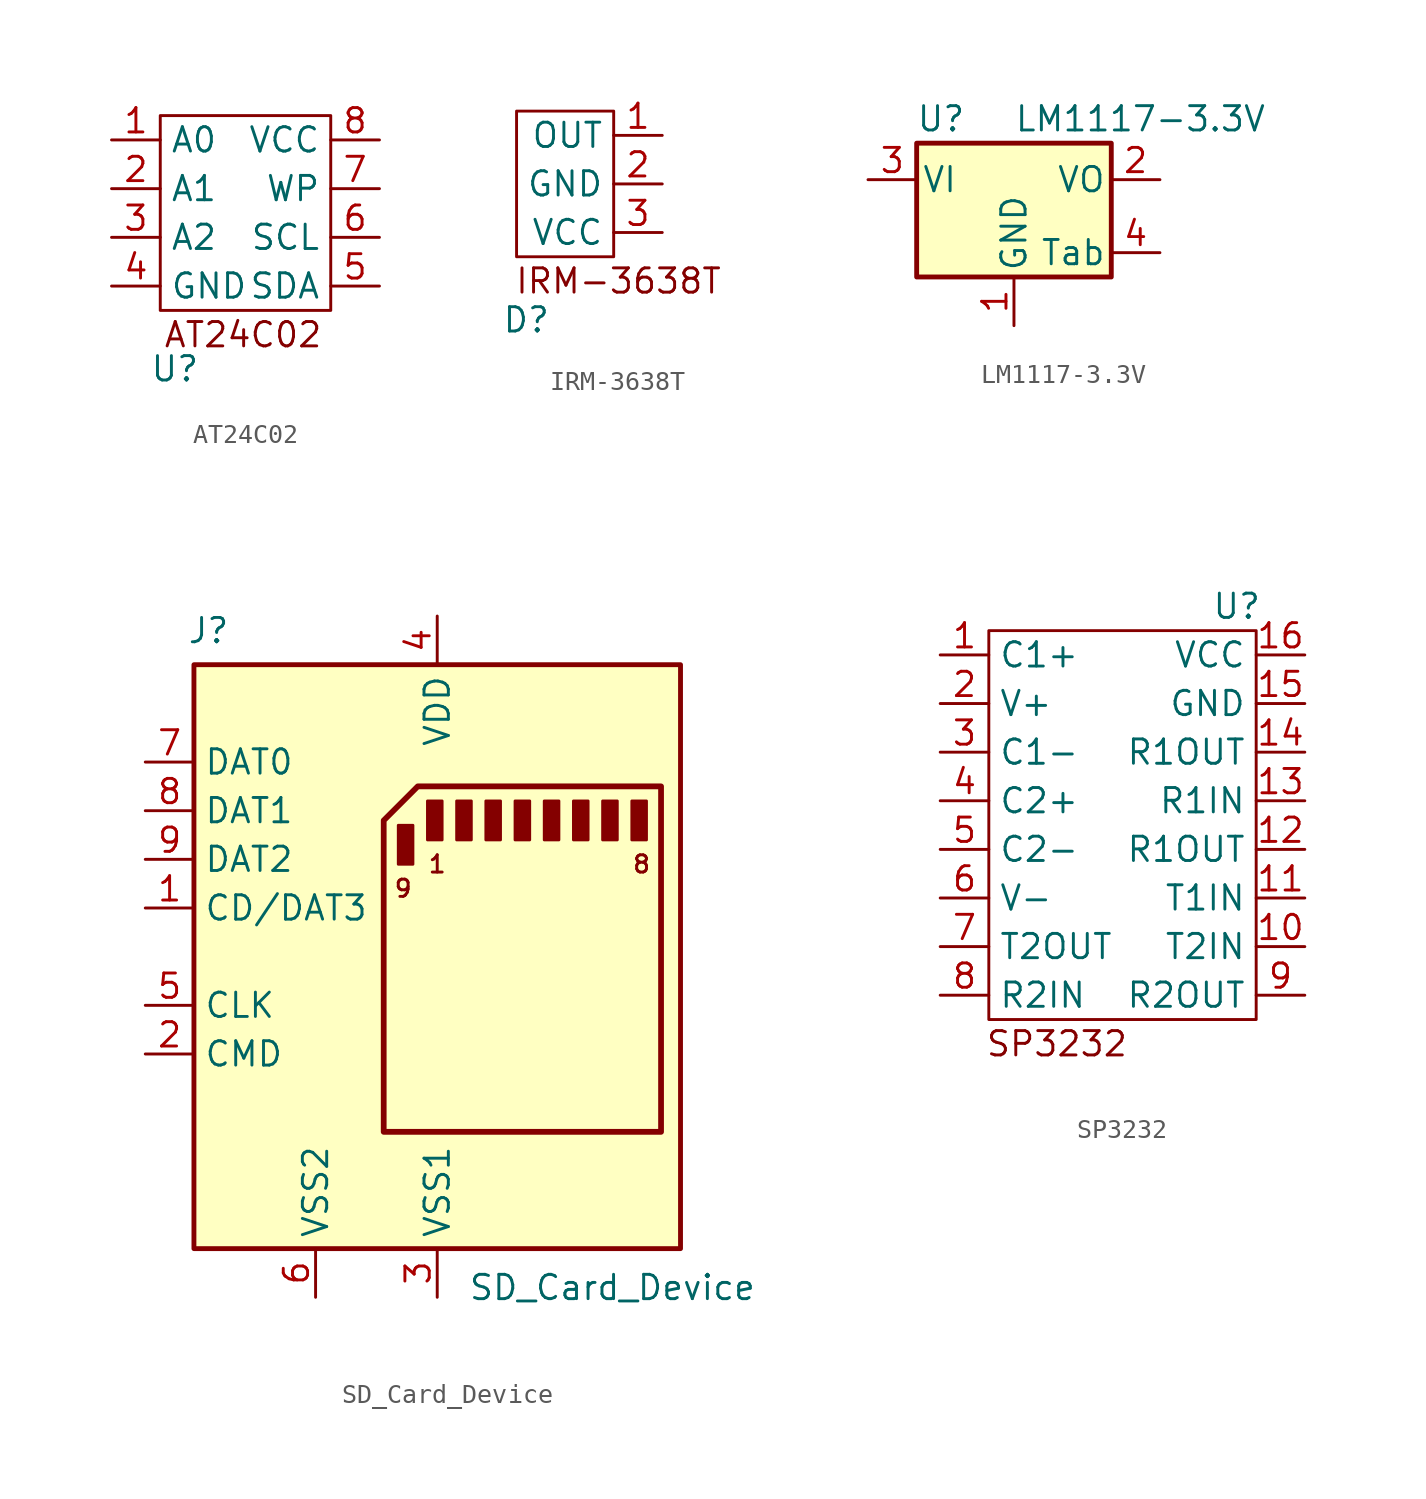
<source format=kicad_sym>
(kicad_symbol_lib
  (version 20231120)
  (generator "kicad_symbol_editor")
  (generator_version "8.0")
  (symbol "AT24C02"
    (property "Reference" "U"
      (at 0.762 -13.208 0)
      (effects (font (size 1.27 1.27))))
    (property "Value" ""
      (at 0 0 0)
      (effects (font (size 1.27 1.27))))
    (symbol "AT24C02_0_1"
      (rectangle (start 0 0) (end 8.89 -10.16) (stroke (width 0) (type default)) (fill (type none))))
    (symbol "AT24C02_1_1"
      (text "AT24C02\n" (at 4.318 -11.43 0) (effects (font (size 1.27 1.27))))
      (pin bidirectional line (at -2.54 -1.27 0) (length 2.54) (name "A0" (effects (font (size 1.27 1.27)))) (number "1" (effects (font (size 1.27 1.27)))))
      (pin bidirectional line (at -2.54 -3.81 0) (length 2.54) (name "A1" (effects (font (size 1.27 1.27)))) (number "2" (effects (font (size 1.27 1.27)))))
      (pin bidirectional line (at -2.54 -6.35 0) (length 2.54) (name "A2" (effects (font (size 1.27 1.27)))) (number "3" (effects (font (size 1.27 1.27)))))
      (pin power_in line (at -2.54 -8.89 0) (length 2.54) (name "GND" (effects (font (size 1.27 1.27)))) (number "4" (effects (font (size 1.27 1.27)))))
      (pin bidirectional line (at 11.43 -8.89 180) (length 2.54) (name "SDA" (effects (font (size 1.27 1.27)))) (number "5" (effects (font (size 1.27 1.27)))))
      (pin bidirectional line (at 11.43 -6.35 180) (length 2.54) (name "SCL" (effects (font (size 1.27 1.27)))) (number "6" (effects (font (size 1.27 1.27)))))
      (pin bidirectional line (at 11.43 -3.81 180) (length 2.54) (name "WP" (effects (font (size 1.27 1.27)))) (number "7" (effects (font (size 1.27 1.27)))))
      (pin power_in line (at 11.43 -1.27 180) (length 2.54) (name "VCC" (effects (font (size 1.27 1.27)))) (number "8" (effects (font (size 1.27 1.27)))))))
  (symbol "IRM-3638T"
    (property "Reference" "D"
      (at 0.508 -10.922 0)
      (effects (font (size 1.27 1.27))))
    (property "Value" ""
      (at 0 0 0)
      (effects (font (size 1.27 1.27))))
    (symbol "IRM-3638T_0_1"
      (rectangle (start 0 0) (end 5.08 -7.62) (stroke (width 0) (type default)) (fill (type none))))
    (symbol "IRM-3638T_1_1"
      (text "IRM-3638T" (at 5.334 -8.89 0) (effects (font (size 1.27 1.27))))
      (pin bidirectional line (at 7.62 -1.27 180) (length 2.54) (name "OUT" (effects (font (size 1.27 1.27)))) (number "1" (effects (font (size 1.27 1.27)))))
      (pin power_in line (at 7.62 -3.81 180) (length 2.54) (name "GND" (effects (font (size 1.27 1.27)))) (number "2" (effects (font (size 1.27 1.27)))))
      (pin power_in line (at 7.62 -6.35 180) (length 2.54) (name "VCC" (effects (font (size 1.27 1.27)))) (number "3" (effects (font (size 1.27 1.27)))))))
  (symbol "LM1117-3.3V"
    (pin_names
      (offset 0.254))
    (property "Reference" "U"
      (at -3.81 3.175 0)
      (effects (font (size 1.27 1.27))))
    (property "Value" "LM1117-3.3V"
      (at 0 3.175 0)
      (effects (font (size 1.27 1.27)) (justify left)))
    (symbol "LM1117-3.3V_0_1"
      (rectangle (start -5.08 -5.08) (end 5.08 1.905) (stroke (width 0.254) (type default)) (fill (type background))))
    (symbol "LM1117-3.3V_1_1"
      (pin power_in line (at 0 -7.62 90) (length 2.54) (name "GND" (effects (font (size 1.27 1.27)))) (number "1" (effects (font (size 1.27 1.27)))))
      (pin power_in line (at 7.62 0 180) (length 2.54) (name "VO" (effects (font (size 1.27 1.27)))) (number "2" (effects (font (size 1.27 1.27)))))
      (pin power_in line (at -7.62 0 0) (length 2.54) (name "VI" (effects (font (size 1.27 1.27)))) (number "3" (effects (font (size 1.27 1.27)))))
      (pin power_in line (at 7.62 -3.81 180) (length 2.54) (name "Tab" (effects (font (size 1.27 1.27)))) (number "4" (effects (font (size 1.27 1.27)))))))
  (symbol "SD_Card_Device"
    (property "Reference" "J"
      (at -11.938 17.018 0)
      (effects (font (size 1.27 1.27))))
    (property "Value" "SD_Card_Device"
      (at 9.144 -17.272 0)
      (effects (font (size 1.27 1.27))))
    (symbol "SD_Card_Device_0_1"
      (rectangle (start -2.032 6.858) (end -1.27 4.826) (stroke (width 0) (type default)) (fill (type outline)))
      (rectangle (start -0.508 8.128) (end 0.254 6.096) (stroke (width 0) (type default)) (fill (type outline)))
      (rectangle (start 1.016 8.128) (end 1.778 6.096) (stroke (width 0) (type default)) (fill (type outline)))
      (rectangle (start 2.54 8.128) (end 3.302 6.096) (stroke (width 0) (type default)) (fill (type outline)))
      (rectangle (start 4.064 8.128) (end 4.826 6.096) (stroke (width 0) (type default)) (fill (type outline)))
      (rectangle (start 5.588 8.128) (end 6.35 6.096) (stroke (width 0) (type default)) (fill (type outline)))
      (rectangle (start 7.112 8.128) (end 7.874 6.096) (stroke (width 0) (type default)) (fill (type outline)))
      (rectangle (start 8.636 8.128) (end 9.398 6.096) (stroke (width 0) (type default)) (fill (type outline)))
      (rectangle (start 10.16 8.128) (end 10.922 6.096) (stroke (width 0) (type default)) (fill (type outline))))
    (symbol "SD_Card_Device_1_1"
      (rectangle (start -12.7 15.24) (end 12.7 -15.24) (stroke (width 0.254) (type default)) (fill (type background)))
      (polyline (pts (xy -1.016 8.89) (xy 11.684 8.89) (xy 11.684 -9.144) (xy -2.794 -9.144) (xy -2.794 7.112) (xy -1.016 8.89)) (stroke (width 0.3) (type default)) (fill (type none)))
      (text "1" (at 0 4.826 0) (effects (font (size 0.9 0.9))))
      (text "8" (at 10.668 4.826 0) (effects (font (size 0.9 0.9))))
      (text "9" (at -1.778 3.556 0) (effects (font (size 0.9 0.9))))
      (pin bidirectional line (at -15.24 2.54 0) (length 2.54) (name "CD/DAT3" (effects (font (size 1.27 1.27)))) (number "1" (effects (font (size 1.27 1.27)))))
      (pin bidirectional line (at -15.24 -5.08 0) (length 2.54) (name "CMD" (effects (font (size 1.27 1.27)))) (number "2" (effects (font (size 1.27 1.27)))))
      (pin power_in line (at 0 -17.78 90) (length 2.54) (name "VSS1" (effects (font (size 1.27 1.27)))) (number "3" (effects (font (size 1.27 1.27)))))
      (pin power_in line (at 0 17.78 270) (length 2.54) (name "VDD" (effects (font (size 1.27 1.27)))) (number "4" (effects (font (size 1.27 1.27)))))
      (pin input line (at -15.24 -2.54 0) (length 2.54) (name "CLK" (effects (font (size 1.27 1.27)))) (number "5" (effects (font (size 1.27 1.27)))))
      (pin power_in line (at -6.35 -17.78 90) (length 2.54) (name "VSS2" (effects (font (size 1.27 1.27)))) (number "6" (effects (font (size 1.27 1.27)))))
      (pin bidirectional line (at -15.24 10.16 0) (length 2.54) (name "DAT0" (effects (font (size 1.27 1.27)))) (number "7" (effects (font (size 1.27 1.27)))))
      (pin bidirectional line (at -15.24 7.62 0) (length 2.54) (name "DAT1" (effects (font (size 1.27 1.27)))) (number "8" (effects (font (size 1.27 1.27)))))
      (pin bidirectional line (at -15.24 5.08 0) (length 2.54) (name "DAT2" (effects (font (size 1.27 1.27)))) (number "9" (effects (font (size 1.27 1.27)))))))
  (symbol "SP3232"
    (property "Reference" "U"
      (at 12.954 1.27 0)
      (effects (font (size 1.27 1.27))))
    (property "Value" ""
      (at 0 0 0)
      (effects (font (size 1.27 1.27))))
    (symbol "SP3232_0_1"
      (rectangle (start 0 0) (end 13.97 -20.32) (stroke (width 0) (type default)) (fill (type none))))
    (symbol "SP3232_1_1"
      (text "SP3232" (at 3.556 -21.59 0) (effects (font (size 1.27 1.27))))
      (pin bidirectional line (at -2.54 -1.27 0) (length 2.54) (name "C1+" (effects (font (size 1.27 1.27)))) (number "1" (effects (font (size 1.27 1.27)))))
      (pin bidirectional line (at 16.51 -16.51 180) (length 2.54) (name "T2IN" (effects (font (size 1.27 1.27)))) (number "10" (effects (font (size 1.27 1.27)))))
      (pin bidirectional line (at 16.51 -13.97 180) (length 2.54) (name "T1IN" (effects (font (size 1.27 1.27)))) (number "11" (effects (font (size 1.27 1.27)))))
      (pin bidirectional line (at 16.51 -11.43 180) (length 2.54) (name "R1OUT" (effects (font (size 1.27 1.27)))) (number "12" (effects (font (size 1.27 1.27)))))
      (pin bidirectional line (at 16.51 -8.89 180) (length 2.54) (name "R1IN" (effects (font (size 1.27 1.27)))) (number "13" (effects (font (size 1.27 1.27)))))
      (pin bidirectional line (at 16.51 -6.35 180) (length 2.54) (name "R1OUT" (effects (font (size 1.27 1.27)))) (number "14" (effects (font (size 1.27 1.27)))))
      (pin power_in line (at 16.51 -3.81 180) (length 2.54) (name "GND" (effects (font (size 1.27 1.27)))) (number "15" (effects (font (size 1.27 1.27)))))
      (pin power_in line (at 16.51 -1.27 180) (length 2.54) (name "VCC" (effects (font (size 1.27 1.27)))) (number "16" (effects (font (size 1.27 1.27)))))
      (pin bidirectional line (at -2.54 -3.81 0) (length 2.54) (name "V+" (effects (font (size 1.27 1.27)))) (number "2" (effects (font (size 1.27 1.27)))))
      (pin bidirectional line (at -2.54 -6.35 0) (length 2.54) (name "C1-" (effects (font (size 1.27 1.27)))) (number "3" (effects (font (size 1.27 1.27)))))
      (pin bidirectional line (at -2.54 -8.89 0) (length 2.54) (name "C2+" (effects (font (size 1.27 1.27)))) (number "4" (effects (font (size 1.27 1.27)))))
      (pin bidirectional line (at -2.54 -11.43 0) (length 2.54) (name "C2-" (effects (font (size 1.27 1.27)))) (number "5" (effects (font (size 1.27 1.27)))))
      (pin bidirectional line (at -2.54 -13.97 0) (length 2.54) (name "V-" (effects (font (size 1.27 1.27)))) (number "6" (effects (font (size 1.27 1.27)))))
      (pin bidirectional line (at -2.54 -16.51 0) (length 2.54) (name "T2OUT" (effects (font (size 1.27 1.27)))) (number "7" (effects (font (size 1.27 1.27)))))
      (pin bidirectional line (at -2.54 -19.05 0) (length 2.54) (name "R2IN" (effects (font (size 1.27 1.27)))) (number "8" (effects (font (size 1.27 1.27)))))
      (pin bidirectional line (at 16.51 -19.05 180) (length 2.54) (name "R2OUT" (effects (font (size 1.27 1.27)))) (number "9" (effects (font (size 1.27 1.27))))))))
</source>
